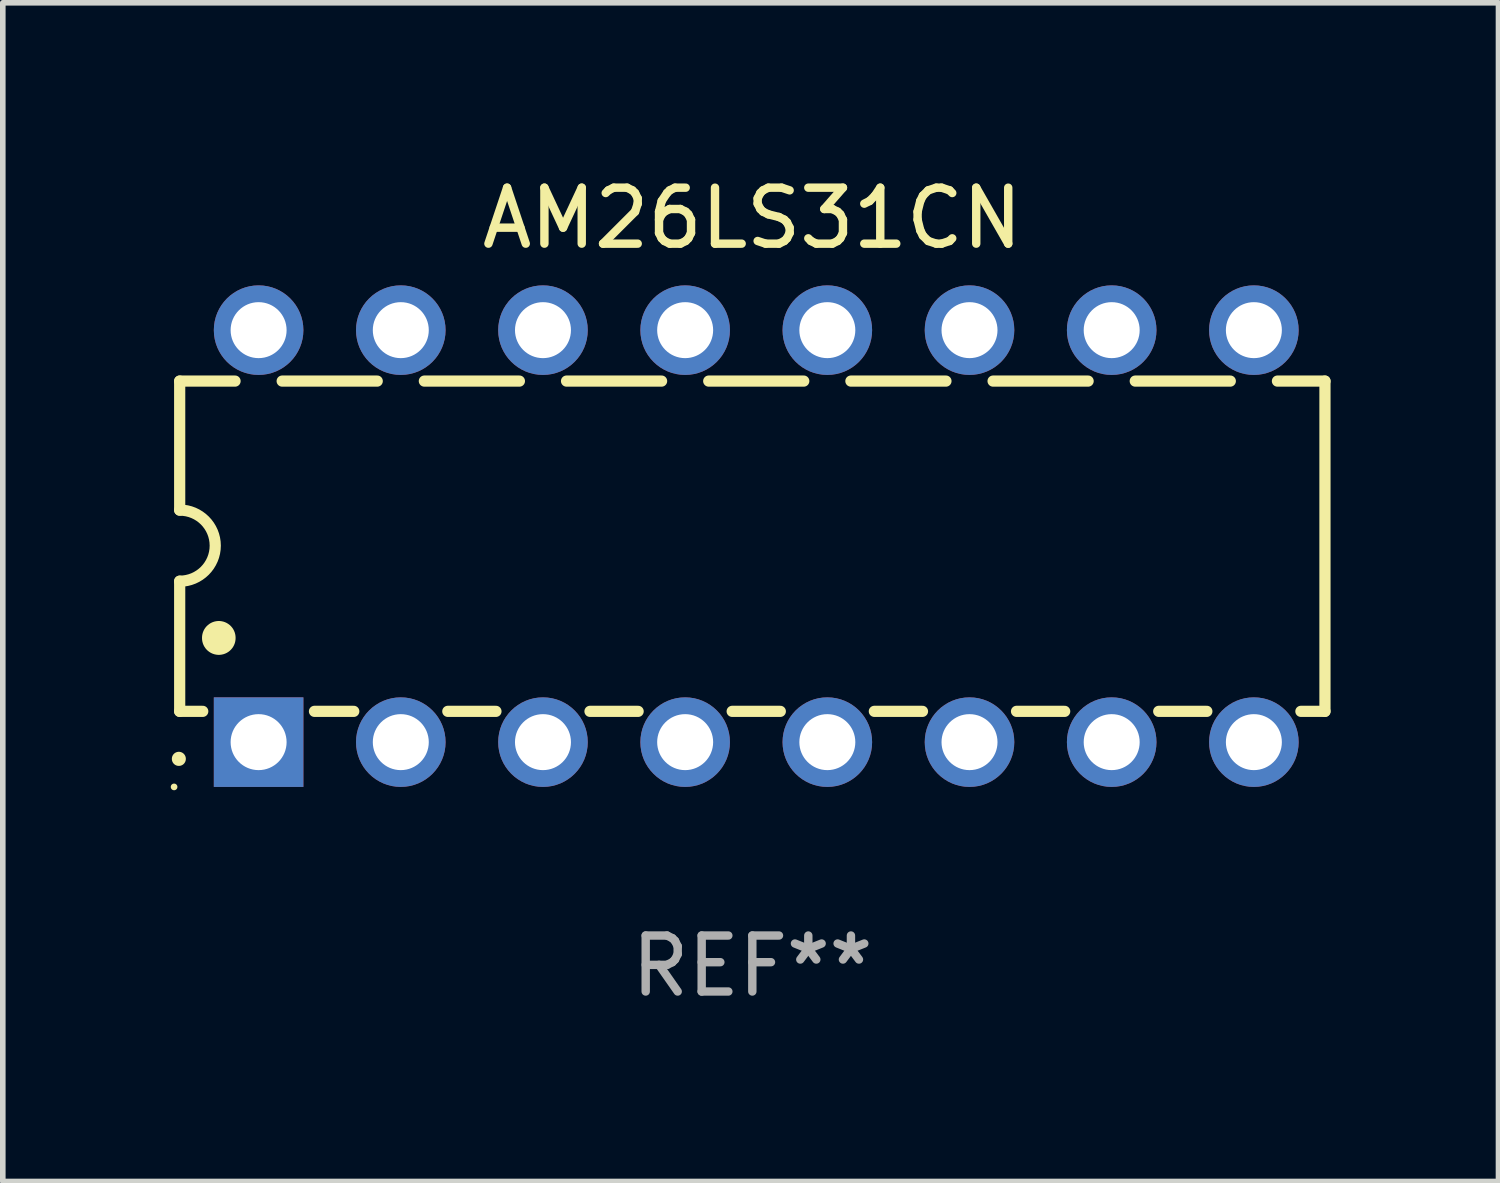
<source format=kicad_pcb>
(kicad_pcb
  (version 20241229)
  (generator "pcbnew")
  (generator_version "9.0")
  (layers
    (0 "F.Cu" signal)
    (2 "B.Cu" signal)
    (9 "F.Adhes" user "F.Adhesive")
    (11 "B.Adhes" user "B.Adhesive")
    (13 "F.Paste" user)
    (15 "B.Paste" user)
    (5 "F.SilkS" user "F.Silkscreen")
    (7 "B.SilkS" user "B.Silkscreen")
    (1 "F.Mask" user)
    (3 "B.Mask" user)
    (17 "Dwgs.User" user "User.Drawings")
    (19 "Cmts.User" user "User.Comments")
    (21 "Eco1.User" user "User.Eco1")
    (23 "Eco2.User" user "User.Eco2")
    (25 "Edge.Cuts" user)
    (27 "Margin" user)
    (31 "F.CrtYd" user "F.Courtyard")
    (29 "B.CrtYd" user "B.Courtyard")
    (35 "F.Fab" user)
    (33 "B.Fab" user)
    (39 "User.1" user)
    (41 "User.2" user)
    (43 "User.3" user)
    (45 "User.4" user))
  (footprint "AM26LS31CN"
    (layer "F.Cu")
    (at 10.39 6.528)
    (property "Reference" "AM26LS31CN" (at 0 -5.68 0) (layer "F.SilkS") (effects (font (size 1 1) (thickness 0.15))))
    (attr through_hole)
    (fp_line (start -10.23 -2.77) (end -10.23 -0.465) (stroke (width 0.2) (type solid)) (layer "F.SilkS"))
    (fp_line (start -10.23 -2.77) (end -9.241 -2.77) (stroke (width 0.2) (type solid)) (layer "F.SilkS"))
    (fp_line (start -10.23 3.13) (end -10.23 0.805) (stroke (width 0.2) (type solid)) (layer "F.SilkS"))
    (fp_line (start -10.23 3.13) (end -9.818 3.13) (stroke (width 0.2) (type solid)) (layer "F.SilkS"))
    (fp_line (start -8.399 -2.77) (end -6.701 -2.77) (stroke (width 0.2) (type solid)) (layer "F.SilkS"))
    (fp_line (start -7.822 3.13) (end -7.12 3.13) (stroke (width 0.2) (type solid)) (layer "F.SilkS"))
    (fp_line (start -5.859 -2.77) (end -4.161 -2.77) (stroke (width 0.2) (type solid)) (layer "F.SilkS"))
    (fp_line (start -5.44 3.13) (end -4.58 3.13) (stroke (width 0.2) (type solid)) (layer "F.SilkS"))
    (fp_line (start -3.319 -2.77) (end -1.621 -2.77) (stroke (width 0.2) (type solid)) (layer "F.SilkS"))
    (fp_line (start -2.9 3.13) (end -2.04 3.13) (stroke (width 0.2) (type solid)) (layer "F.SilkS"))
    (fp_line (start -0.779 -2.77) (end 0.919 -2.77) (stroke (width 0.2) (type solid)) (layer "F.SilkS"))
    (fp_line (start -0.36 3.13) (end 0.5 3.13) (stroke (width 0.2) (type solid)) (layer "F.SilkS"))
    (fp_line (start 1.761 -2.77) (end 3.459 -2.77) (stroke (width 0.2) (type solid)) (layer "F.SilkS"))
    (fp_line (start 2.18 3.13) (end 3.04 3.13) (stroke (width 0.2) (type solid)) (layer "F.SilkS"))
    (fp_line (start 4.301 -2.77) (end 5.999 -2.77) (stroke (width 0.2) (type solid)) (layer "F.SilkS"))
    (fp_line (start 4.72 3.13) (end 5.58 3.13) (stroke (width 0.2) (type solid)) (layer "F.SilkS"))
    (fp_line (start 6.841 -2.77) (end 8.539 -2.77) (stroke (width 0.2) (type solid)) (layer "F.SilkS"))
    (fp_line (start 7.26 3.13) (end 8.12 3.13) (stroke (width 0.2) (type solid)) (layer "F.SilkS"))
    (fp_line (start 9.381 -2.77) (end 10.23 -2.77) (stroke (width 0.2) (type solid)) (layer "F.SilkS"))
    (fp_line (start 10.23 -2.77) (end 10.23 3.13) (stroke (width 0.2) (type solid)) (layer "F.SilkS"))
    (fp_line (start 10.23 3.13) (end 9.8 3.13) (stroke (width 0.2) (type solid)) (layer "F.SilkS"))
    (fp_arc (start -10.244983 3.979934) (mid -10.24499 3.978664) (end -10.244983 3.977394) (stroke (width 0.25) (type solid)) (layer "F.SilkS"))
    (fp_arc (start -10.229743 -0.465076) (mid -9.594741 0.169926) (end -10.229743 0.804928) (stroke (width 0.2) (type solid)) (layer "F.SilkS"))
    (fp_arc (start -9.531242 1.82093) (mid -9.531253 1.81839) (end -9.531242 1.81585) (stroke (width 0.6) (type solid)) (layer "F.SilkS"))
    (fp_circle (center -10.33 4.48) (end -10.3 4.48) (stroke (width 0.06) (type solid)) (fill no) (layer "F.SilkS"))
    (fp_text user "REF**" (at 0 7.68 0) (layer "F.Fab") (effects (font (size 1 1) (thickness 0.15))))
    (pad "1" thru_hole rect (at -8.82 3.68) (size 1.6 1.6) (drill 1) (layers "*.Cu" "*.Mask"))
    (pad "2" thru_hole circle (at -6.28 3.68) (size 1.6 1.6) (drill 1) (layers "*.Cu" "*.Mask"))
    (pad "3" thru_hole circle (at -3.74 3.68) (size 1.6 1.6) (drill 1) (layers "*.Cu" "*.Mask"))
    (pad "4" thru_hole circle (at -1.2 3.68) (size 1.6 1.6) (drill 1) (layers "*.Cu" "*.Mask"))
    (pad "5" thru_hole circle (at 1.34 3.68) (size 1.6 1.6) (drill 1) (layers "*.Cu" "*.Mask"))
    (pad "6" thru_hole circle (at 3.88 3.68) (size 1.6 1.6) (drill 1) (layers "*.Cu" "*.Mask"))
    (pad "7" thru_hole circle (at 6.42 3.68) (size 1.6 1.6) (drill 1) (layers "*.Cu" "*.Mask"))
    (pad "8" thru_hole circle (at 8.96 3.68) (size 1.6 1.6) (drill 1) (layers "*.Cu" "*.Mask"))
    (pad "9" thru_hole circle (at 8.96 -3.68) (size 1.6 1.6) (drill 1) (layers "*.Cu" "*.Mask"))
    (pad "10" thru_hole circle (at 6.42 -3.68) (size 1.6 1.6) (drill 1) (layers "*.Cu" "*.Mask"))
    (pad "11" thru_hole circle (at 3.88 -3.68) (size 1.6 1.6) (drill 1) (layers "*.Cu" "*.Mask"))
    (pad "12" thru_hole circle (at 1.34 -3.68) (size 1.6 1.6) (drill 1) (layers "*.Cu" "*.Mask"))
    (pad "13" thru_hole circle (at -1.2 -3.68) (size 1.6 1.6) (drill 1) (layers "*.Cu" "*.Mask"))
    (pad "14" thru_hole circle (at -3.74 -3.68) (size 1.6 1.6) (drill 1) (layers "*.Cu" "*.Mask"))
    (pad "15" thru_hole circle (at -6.28 -3.68) (size 1.6 1.6) (drill 1) (layers "*.Cu" "*.Mask"))
    (pad "16" thru_hole circle (at -8.82 -3.68) (size 1.6 1.6) (drill 1) (layers "*.Cu" "*.Mask")))
  (gr_rect
    (start -3 -3)
    (end 23.72 18.056)
    (stroke (width 0.1) (type default))
    (fill no)
    (layer "Edge.Cuts")))
</source>
